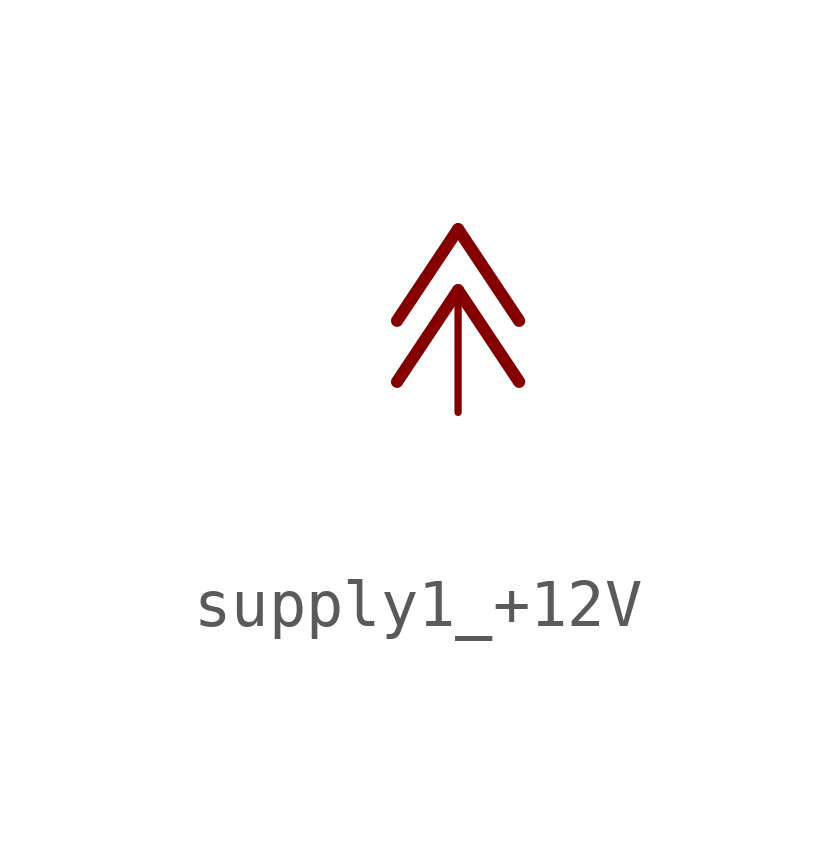
<source format=kicad_sym>
(kicad_symbol_lib
  (version 20231120)
  (generator "kicad_symbol_editor")
  (generator_version "8.0")
  (symbol "supply1_+12V"
    (power)
    (property "Reference" "#P+"
      (at 0 0 0)
      (effects (font (size 1.27 1.27)) (hide yes)))
    (property "Value" ""
      (at -2.54 -5.08 90)
      (effects (font (size 1.778 1.511)) (justify left bottom)))
    (property "ki_locked" ""
      (at 0 0 0)
      (effects (font (size 1.27 1.27))))
    (symbol "supply1_+12V_1_0"
      (polyline (pts (xy 0 0) (xy -1.27 -1.905)) (stroke (width 0.254) (type solid)) (fill (type none)))
      (polyline (pts (xy 0 1.27) (xy -1.27 -0.635)) (stroke (width 0.254) (type solid)) (fill (type none)))
      (polyline (pts (xy 1.27 -1.905) (xy 0 0)) (stroke (width 0.254) (type solid)) (fill (type none)))
      (polyline (pts (xy 1.27 -0.635) (xy 0 1.27)) (stroke (width 0.254) (type solid)) (fill (type none)))
      (pin power_in line (at 0 -2.54 90) (length 2.54) (name "+12V" (effects (font (size 0 0)))) (number "1" (effects (font (size 0 0))))))))
</source>
